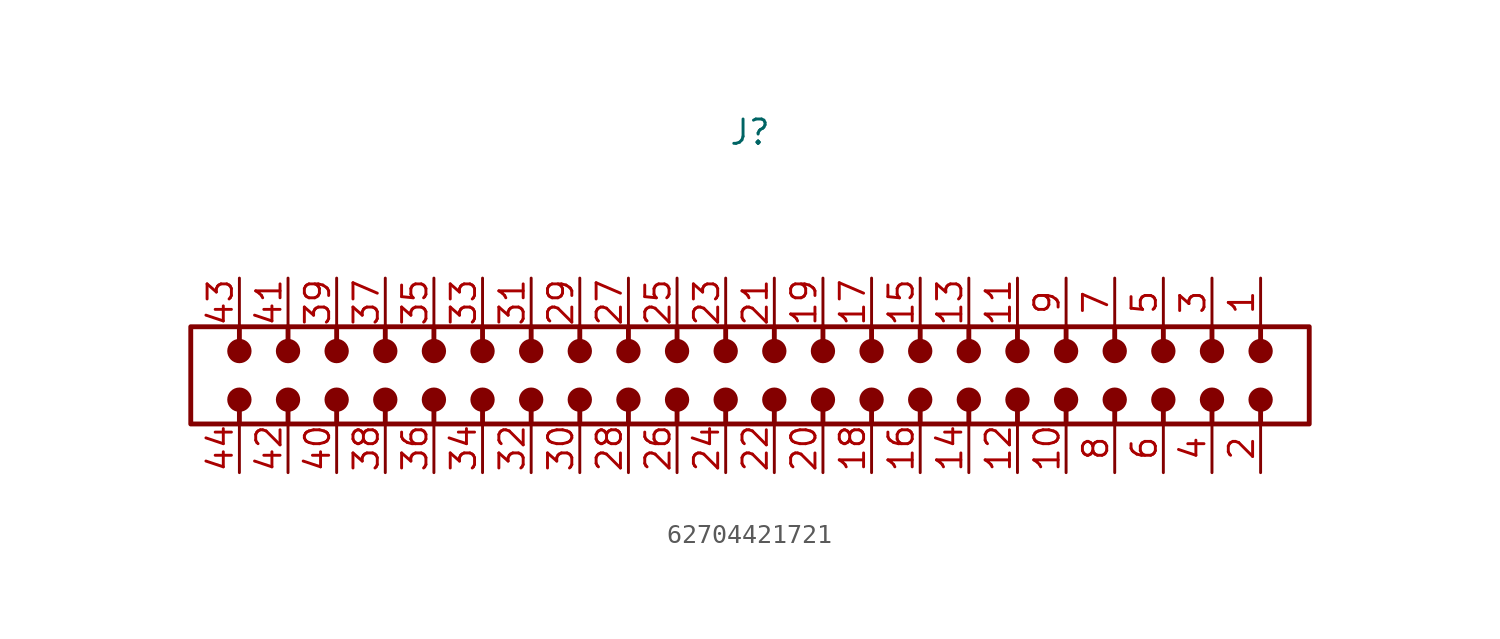
<source format=kicad_sym>
(kicad_symbol_lib
  (version 20241209)
  (generator "kicad_symbol_editor")
  (generator_version "9.0")
  (symbol "62704421721"
    (pin_names
      (hide yes))
    (property "Reference" "J"
      (at 0 12.7 0)
      (effects (font (size 1.27 1.27))))
    (symbol "62704421721_1_1"
      (rectangle (start -29.21 2.54) (end 29.21 -2.54) (stroke (width 0.254) (type solid)) (fill (type none)))
      (polyline (pts (xy -26.67 1.778) (xy -26.67 2.54)) (stroke (width 0.254) (type solid)) (fill (type none)))
      (circle (center -26.67 1.27) (radius 0.508) (stroke (width 0.254) (type solid)) (fill (type outline)))
      (circle (center -26.67 -1.27) (radius 0.508) (stroke (width 0.254) (type solid)) (fill (type outline)))
      (polyline (pts (xy -26.67 -1.778) (xy -26.67 -2.54)) (stroke (width 0.254) (type solid)) (fill (type none)))
      (polyline (pts (xy -24.13 1.778) (xy -24.13 2.54)) (stroke (width 0.254) (type solid)) (fill (type none)))
      (circle (center -24.13 1.27) (radius 0.508) (stroke (width 0.254) (type solid)) (fill (type outline)))
      (circle (center -24.13 -1.27) (radius 0.508) (stroke (width 0.254) (type solid)) (fill (type outline)))
      (polyline (pts (xy -24.13 -1.778) (xy -24.13 -2.54)) (stroke (width 0.254) (type solid)) (fill (type none)))
      (polyline (pts (xy -21.59 1.778) (xy -21.59 2.54)) (stroke (width 0.254) (type solid)) (fill (type none)))
      (circle (center -21.59 1.27) (radius 0.508) (stroke (width 0.254) (type solid)) (fill (type outline)))
      (circle (center -21.59 -1.27) (radius 0.508) (stroke (width 0.254) (type solid)) (fill (type outline)))
      (polyline (pts (xy -21.59 -1.778) (xy -21.59 -2.54)) (stroke (width 0.254) (type solid)) (fill (type none)))
      (polyline (pts (xy -19.05 1.778) (xy -19.05 2.54)) (stroke (width 0.254) (type solid)) (fill (type none)))
      (circle (center -19.05 1.27) (radius 0.508) (stroke (width 0.254) (type solid)) (fill (type outline)))
      (circle (center -19.05 -1.27) (radius 0.508) (stroke (width 0.254) (type solid)) (fill (type outline)))
      (polyline (pts (xy -19.05 -1.778) (xy -19.05 -2.54)) (stroke (width 0.254) (type solid)) (fill (type none)))
      (polyline (pts (xy -16.51 1.778) (xy -16.51 2.54)) (stroke (width 0.254) (type solid)) (fill (type none)))
      (circle (center -16.51 1.27) (radius 0.508) (stroke (width 0.254) (type solid)) (fill (type outline)))
      (circle (center -16.51 -1.27) (radius 0.508) (stroke (width 0.254) (type solid)) (fill (type outline)))
      (polyline (pts (xy -16.51 -1.778) (xy -16.51 -2.54)) (stroke (width 0.254) (type solid)) (fill (type none)))
      (polyline (pts (xy -13.97 1.778) (xy -13.97 2.54)) (stroke (width 0.254) (type solid)) (fill (type none)))
      (circle (center -13.97 1.27) (radius 0.508) (stroke (width 0.254) (type solid)) (fill (type outline)))
      (circle (center -13.97 -1.27) (radius 0.508) (stroke (width 0.254) (type solid)) (fill (type outline)))
      (polyline (pts (xy -13.97 -1.778) (xy -13.97 -2.54)) (stroke (width 0.254) (type solid)) (fill (type none)))
      (polyline (pts (xy -11.43 1.778) (xy -11.43 2.54)) (stroke (width 0.254) (type solid)) (fill (type none)))
      (circle (center -11.43 1.27) (radius 0.508) (stroke (width 0.254) (type solid)) (fill (type outline)))
      (circle (center -11.43 -1.27) (radius 0.508) (stroke (width 0.254) (type solid)) (fill (type outline)))
      (polyline (pts (xy -11.43 -1.778) (xy -11.43 -2.54)) (stroke (width 0.254) (type solid)) (fill (type none)))
      (polyline (pts (xy -8.89 1.778) (xy -8.89 2.54)) (stroke (width 0.254) (type solid)) (fill (type none)))
      (circle (center -8.89 1.27) (radius 0.508) (stroke (width 0.254) (type solid)) (fill (type outline)))
      (circle (center -8.89 -1.27) (radius 0.508) (stroke (width 0.254) (type solid)) (fill (type outline)))
      (polyline (pts (xy -8.89 -1.778) (xy -8.89 -2.54)) (stroke (width 0.254) (type solid)) (fill (type none)))
      (polyline (pts (xy -6.35 1.778) (xy -6.35 2.54)) (stroke (width 0.254) (type solid)) (fill (type none)))
      (circle (center -6.35 1.27) (radius 0.508) (stroke (width 0.254) (type solid)) (fill (type outline)))
      (circle (center -6.35 -1.27) (radius 0.508) (stroke (width 0.254) (type solid)) (fill (type outline)))
      (polyline (pts (xy -6.35 -1.778) (xy -6.35 -2.54)) (stroke (width 0.254) (type solid)) (fill (type none)))
      (polyline (pts (xy -3.81 1.778) (xy -3.81 2.54)) (stroke (width 0.254) (type solid)) (fill (type none)))
      (circle (center -3.81 1.27) (radius 0.508) (stroke (width 0.254) (type solid)) (fill (type outline)))
      (circle (center -3.81 -1.27) (radius 0.508) (stroke (width 0.254) (type solid)) (fill (type outline)))
      (polyline (pts (xy -3.81 -1.778) (xy -3.81 -2.54)) (stroke (width 0.254) (type solid)) (fill (type none)))
      (polyline (pts (xy -1.27 1.778) (xy -1.27 2.54)) (stroke (width 0.254) (type solid)) (fill (type none)))
      (circle (center -1.27 1.27) (radius 0.508) (stroke (width 0.254) (type solid)) (fill (type outline)))
      (circle (center -1.27 -1.27) (radius 0.508) (stroke (width 0.254) (type solid)) (fill (type outline)))
      (polyline (pts (xy -1.27 -1.778) (xy -1.27 -2.54)) (stroke (width 0.254) (type solid)) (fill (type none)))
      (polyline (pts (xy 1.27 1.778) (xy 1.27 2.54)) (stroke (width 0.254) (type solid)) (fill (type none)))
      (circle (center 1.27 1.27) (radius 0.508) (stroke (width 0.254) (type solid)) (fill (type outline)))
      (circle (center 1.27 -1.27) (radius 0.508) (stroke (width 0.254) (type solid)) (fill (type outline)))
      (polyline (pts (xy 1.27 -1.778) (xy 1.27 -2.54)) (stroke (width 0.254) (type solid)) (fill (type none)))
      (polyline (pts (xy 3.81 1.778) (xy 3.81 2.54)) (stroke (width 0.254) (type solid)) (fill (type none)))
      (circle (center 3.81 1.27) (radius 0.508) (stroke (width 0.254) (type solid)) (fill (type outline)))
      (circle (center 3.81 -1.27) (radius 0.508) (stroke (width 0.254) (type solid)) (fill (type outline)))
      (polyline (pts (xy 3.81 -1.778) (xy 3.81 -2.54)) (stroke (width 0.254) (type solid)) (fill (type none)))
      (polyline (pts (xy 6.35 1.778) (xy 6.35 2.54)) (stroke (width 0.254) (type solid)) (fill (type none)))
      (circle (center 6.35 1.27) (radius 0.508) (stroke (width 0.254) (type solid)) (fill (type outline)))
      (circle (center 6.35 -1.27) (radius 0.508) (stroke (width 0.254) (type solid)) (fill (type outline)))
      (polyline (pts (xy 6.35 -1.778) (xy 6.35 -2.54)) (stroke (width 0.254) (type solid)) (fill (type none)))
      (polyline (pts (xy 8.89 1.778) (xy 8.89 2.54)) (stroke (width 0.254) (type solid)) (fill (type none)))
      (circle (center 8.89 1.27) (radius 0.508) (stroke (width 0.254) (type solid)) (fill (type outline)))
      (circle (center 8.89 -1.27) (radius 0.508) (stroke (width 0.254) (type solid)) (fill (type outline)))
      (polyline (pts (xy 8.89 -1.778) (xy 8.89 -2.54)) (stroke (width 0.254) (type solid)) (fill (type none)))
      (polyline (pts (xy 11.43 1.778) (xy 11.43 2.54)) (stroke (width 0.254) (type solid)) (fill (type none)))
      (circle (center 11.43 1.27) (radius 0.508) (stroke (width 0.254) (type solid)) (fill (type outline)))
      (circle (center 11.43 -1.27) (radius 0.508) (stroke (width 0.254) (type solid)) (fill (type outline)))
      (polyline (pts (xy 11.43 -1.778) (xy 11.43 -2.54)) (stroke (width 0.254) (type solid)) (fill (type none)))
      (polyline (pts (xy 13.97 1.778) (xy 13.97 2.54)) (stroke (width 0.254) (type solid)) (fill (type none)))
      (circle (center 13.97 1.27) (radius 0.508) (stroke (width 0.254) (type solid)) (fill (type outline)))
      (circle (center 13.97 -1.27) (radius 0.508) (stroke (width 0.254) (type solid)) (fill (type outline)))
      (polyline (pts (xy 13.97 -1.778) (xy 13.97 -2.54)) (stroke (width 0.254) (type solid)) (fill (type none)))
      (polyline (pts (xy 16.51 1.778) (xy 16.51 2.54)) (stroke (width 0.254) (type solid)) (fill (type none)))
      (circle (center 16.51 1.27) (radius 0.508) (stroke (width 0.254) (type solid)) (fill (type outline)))
      (circle (center 16.51 -1.27) (radius 0.508) (stroke (width 0.254) (type solid)) (fill (type outline)))
      (polyline (pts (xy 16.51 -1.778) (xy 16.51 -2.54)) (stroke (width 0.254) (type solid)) (fill (type none)))
      (polyline (pts (xy 19.05 1.778) (xy 19.05 2.54)) (stroke (width 0.254) (type solid)) (fill (type none)))
      (circle (center 19.05 1.27) (radius 0.508) (stroke (width 0.254) (type solid)) (fill (type outline)))
      (circle (center 19.05 -1.27) (radius 0.508) (stroke (width 0.254) (type solid)) (fill (type outline)))
      (polyline (pts (xy 19.05 -1.778) (xy 19.05 -2.54)) (stroke (width 0.254) (type solid)) (fill (type none)))
      (polyline (pts (xy 21.59 1.778) (xy 21.59 2.54)) (stroke (width 0.254) (type solid)) (fill (type none)))
      (circle (center 21.59 1.27) (radius 0.508) (stroke (width 0.254) (type solid)) (fill (type outline)))
      (circle (center 21.59 -1.27) (radius 0.508) (stroke (width 0.254) (type solid)) (fill (type outline)))
      (polyline (pts (xy 21.59 -1.778) (xy 21.59 -2.54)) (stroke (width 0.254) (type solid)) (fill (type none)))
      (polyline (pts (xy 24.13 1.778) (xy 24.13 2.54)) (stroke (width 0.254) (type solid)) (fill (type none)))
      (circle (center 24.13 1.27) (radius 0.508) (stroke (width 0.254) (type solid)) (fill (type outline)))
      (circle (center 24.13 -1.27) (radius 0.508) (stroke (width 0.254) (type solid)) (fill (type outline)))
      (polyline (pts (xy 24.13 -1.778) (xy 24.13 -2.54)) (stroke (width 0.254) (type solid)) (fill (type none)))
      (polyline (pts (xy 26.67 1.778) (xy 26.67 2.54)) (stroke (width 0.254) (type solid)) (fill (type none)))
      (circle (center 26.67 1.27) (radius 0.508) (stroke (width 0.254) (type solid)) (fill (type outline)))
      (circle (center 26.67 -1.27) (radius 0.508) (stroke (width 0.254) (type solid)) (fill (type outline)))
      (polyline (pts (xy 26.67 -1.778) (xy 26.67 -2.54)) (stroke (width 0.254) (type solid)) (fill (type none)))
      (pin passive line (at -26.67 5.08 270) (length 2.54) (name "43" (effects (font (size 1.27 1.27)))) (number "43" (effects (font (size 1.27 1.27)))))
      (pin passive line (at -26.67 -5.08 90) (length 2.54) (name "44" (effects (font (size 1.27 1.27)))) (number "44" (effects (font (size 1.27 1.27)))))
      (pin passive line (at -24.13 5.08 270) (length 2.54) (name "41" (effects (font (size 1.27 1.27)))) (number "41" (effects (font (size 1.27 1.27)))))
      (pin passive line (at -24.13 -5.08 90) (length 2.54) (name "42" (effects (font (size 1.27 1.27)))) (number "42" (effects (font (size 1.27 1.27)))))
      (pin passive line (at -21.59 5.08 270) (length 2.54) (name "39" (effects (font (size 1.27 1.27)))) (number "39" (effects (font (size 1.27 1.27)))))
      (pin passive line (at -21.59 -5.08 90) (length 2.54) (name "40" (effects (font (size 1.27 1.27)))) (number "40" (effects (font (size 1.27 1.27)))))
      (pin passive line (at -19.05 5.08 270) (length 2.54) (name "37" (effects (font (size 1.27 1.27)))) (number "37" (effects (font (size 1.27 1.27)))))
      (pin passive line (at -19.05 -5.08 90) (length 2.54) (name "38" (effects (font (size 1.27 1.27)))) (number "38" (effects (font (size 1.27 1.27)))))
      (pin passive line (at -16.51 5.08 270) (length 2.54) (name "35" (effects (font (size 1.27 1.27)))) (number "35" (effects (font (size 1.27 1.27)))))
      (pin passive line (at -16.51 -5.08 90) (length 2.54) (name "36" (effects (font (size 1.27 1.27)))) (number "36" (effects (font (size 1.27 1.27)))))
      (pin passive line (at -13.97 5.08 270) (length 2.54) (name "33" (effects (font (size 1.27 1.27)))) (number "33" (effects (font (size 1.27 1.27)))))
      (pin passive line (at -13.97 -5.08 90) (length 2.54) (name "34" (effects (font (size 1.27 1.27)))) (number "34" (effects (font (size 1.27 1.27)))))
      (pin passive line (at -11.43 5.08 270) (length 2.54) (name "31" (effects (font (size 1.27 1.27)))) (number "31" (effects (font (size 1.27 1.27)))))
      (pin passive line (at -11.43 -5.08 90) (length 2.54) (name "32" (effects (font (size 1.27 1.27)))) (number "32" (effects (font (size 1.27 1.27)))))
      (pin passive line (at -8.89 5.08 270) (length 2.54) (name "29" (effects (font (size 1.27 1.27)))) (number "29" (effects (font (size 1.27 1.27)))))
      (pin passive line (at -8.89 -5.08 90) (length 2.54) (name "30" (effects (font (size 1.27 1.27)))) (number "30" (effects (font (size 1.27 1.27)))))
      (pin passive line (at -6.35 5.08 270) (length 2.54) (name "27" (effects (font (size 1.27 1.27)))) (number "27" (effects (font (size 1.27 1.27)))))
      (pin passive line (at -6.35 -5.08 90) (length 2.54) (name "28" (effects (font (size 1.27 1.27)))) (number "28" (effects (font (size 1.27 1.27)))))
      (pin passive line (at -3.81 5.08 270) (length 2.54) (name "25" (effects (font (size 1.27 1.27)))) (number "25" (effects (font (size 1.27 1.27)))))
      (pin passive line (at -3.81 -5.08 90) (length 2.54) (name "26" (effects (font (size 1.27 1.27)))) (number "26" (effects (font (size 1.27 1.27)))))
      (pin passive line (at -1.27 5.08 270) (length 2.54) (name "23" (effects (font (size 1.27 1.27)))) (number "23" (effects (font (size 1.27 1.27)))))
      (pin passive line (at -1.27 -5.08 90) (length 2.54) (name "24" (effects (font (size 1.27 1.27)))) (number "24" (effects (font (size 1.27 1.27)))))
      (pin passive line (at 1.27 5.08 270) (length 2.54) (name "21" (effects (font (size 1.27 1.27)))) (number "21" (effects (font (size 1.27 1.27)))))
      (pin passive line (at 1.27 -5.08 90) (length 2.54) (name "22" (effects (font (size 1.27 1.27)))) (number "22" (effects (font (size 1.27 1.27)))))
      (pin passive line (at 3.81 5.08 270) (length 2.54) (name "19" (effects (font (size 1.27 1.27)))) (number "19" (effects (font (size 1.27 1.27)))))
      (pin passive line (at 3.81 -5.08 90) (length 2.54) (name "20" (effects (font (size 1.27 1.27)))) (number "20" (effects (font (size 1.27 1.27)))))
      (pin passive line (at 6.35 5.08 270) (length 2.54) (name "17" (effects (font (size 1.27 1.27)))) (number "17" (effects (font (size 1.27 1.27)))))
      (pin passive line (at 6.35 -5.08 90) (length 2.54) (name "18" (effects (font (size 1.27 1.27)))) (number "18" (effects (font (size 1.27 1.27)))))
      (pin passive line (at 8.89 5.08 270) (length 2.54) (name "15" (effects (font (size 1.27 1.27)))) (number "15" (effects (font (size 1.27 1.27)))))
      (pin passive line (at 8.89 -5.08 90) (length 2.54) (name "16" (effects (font (size 1.27 1.27)))) (number "16" (effects (font (size 1.27 1.27)))))
      (pin passive line (at 11.43 5.08 270) (length 2.54) (name "13" (effects (font (size 1.27 1.27)))) (number "13" (effects (font (size 1.27 1.27)))))
      (pin passive line (at 11.43 -5.08 90) (length 2.54) (name "14" (effects (font (size 1.27 1.27)))) (number "14" (effects (font (size 1.27 1.27)))))
      (pin passive line (at 13.97 5.08 270) (length 2.54) (name "11" (effects (font (size 1.27 1.27)))) (number "11" (effects (font (size 1.27 1.27)))))
      (pin passive line (at 13.97 -5.08 90) (length 2.54) (name "12" (effects (font (size 1.27 1.27)))) (number "12" (effects (font (size 1.27 1.27)))))
      (pin passive line (at 16.51 5.08 270) (length 2.54) (name "9" (effects (font (size 1.27 1.27)))) (number "9" (effects (font (size 1.27 1.27)))))
      (pin passive line (at 16.51 -5.08 90) (length 2.54) (name "10" (effects (font (size 1.27 1.27)))) (number "10" (effects (font (size 1.27 1.27)))))
      (pin passive line (at 19.05 5.08 270) (length 2.54) (name "7" (effects (font (size 1.27 1.27)))) (number "7" (effects (font (size 1.27 1.27)))))
      (pin passive line (at 19.05 -5.08 90) (length 2.54) (name "8" (effects (font (size 1.27 1.27)))) (number "8" (effects (font (size 1.27 1.27)))))
      (pin passive line (at 21.59 5.08 270) (length 2.54) (name "5" (effects (font (size 1.27 1.27)))) (number "5" (effects (font (size 1.27 1.27)))))
      (pin passive line (at 21.59 -5.08 90) (length 2.54) (name "6" (effects (font (size 1.27 1.27)))) (number "6" (effects (font (size 1.27 1.27)))))
      (pin passive line (at 24.13 5.08 270) (length 2.54) (name "3" (effects (font (size 1.27 1.27)))) (number "3" (effects (font (size 1.27 1.27)))))
      (pin passive line (at 24.13 -5.08 90) (length 2.54) (name "4" (effects (font (size 1.27 1.27)))) (number "4" (effects (font (size 1.27 1.27)))))
      (pin passive line (at 26.67 5.08 270) (length 2.54) (name "1" (effects (font (size 1.27 1.27)))) (number "1" (effects (font (size 1.27 1.27)))))
      (pin passive line (at 26.67 -5.08 90) (length 2.54) (name "2" (effects (font (size 1.27 1.27)))) (number "2" (effects (font (size 1.27 1.27))))))))
</source>
